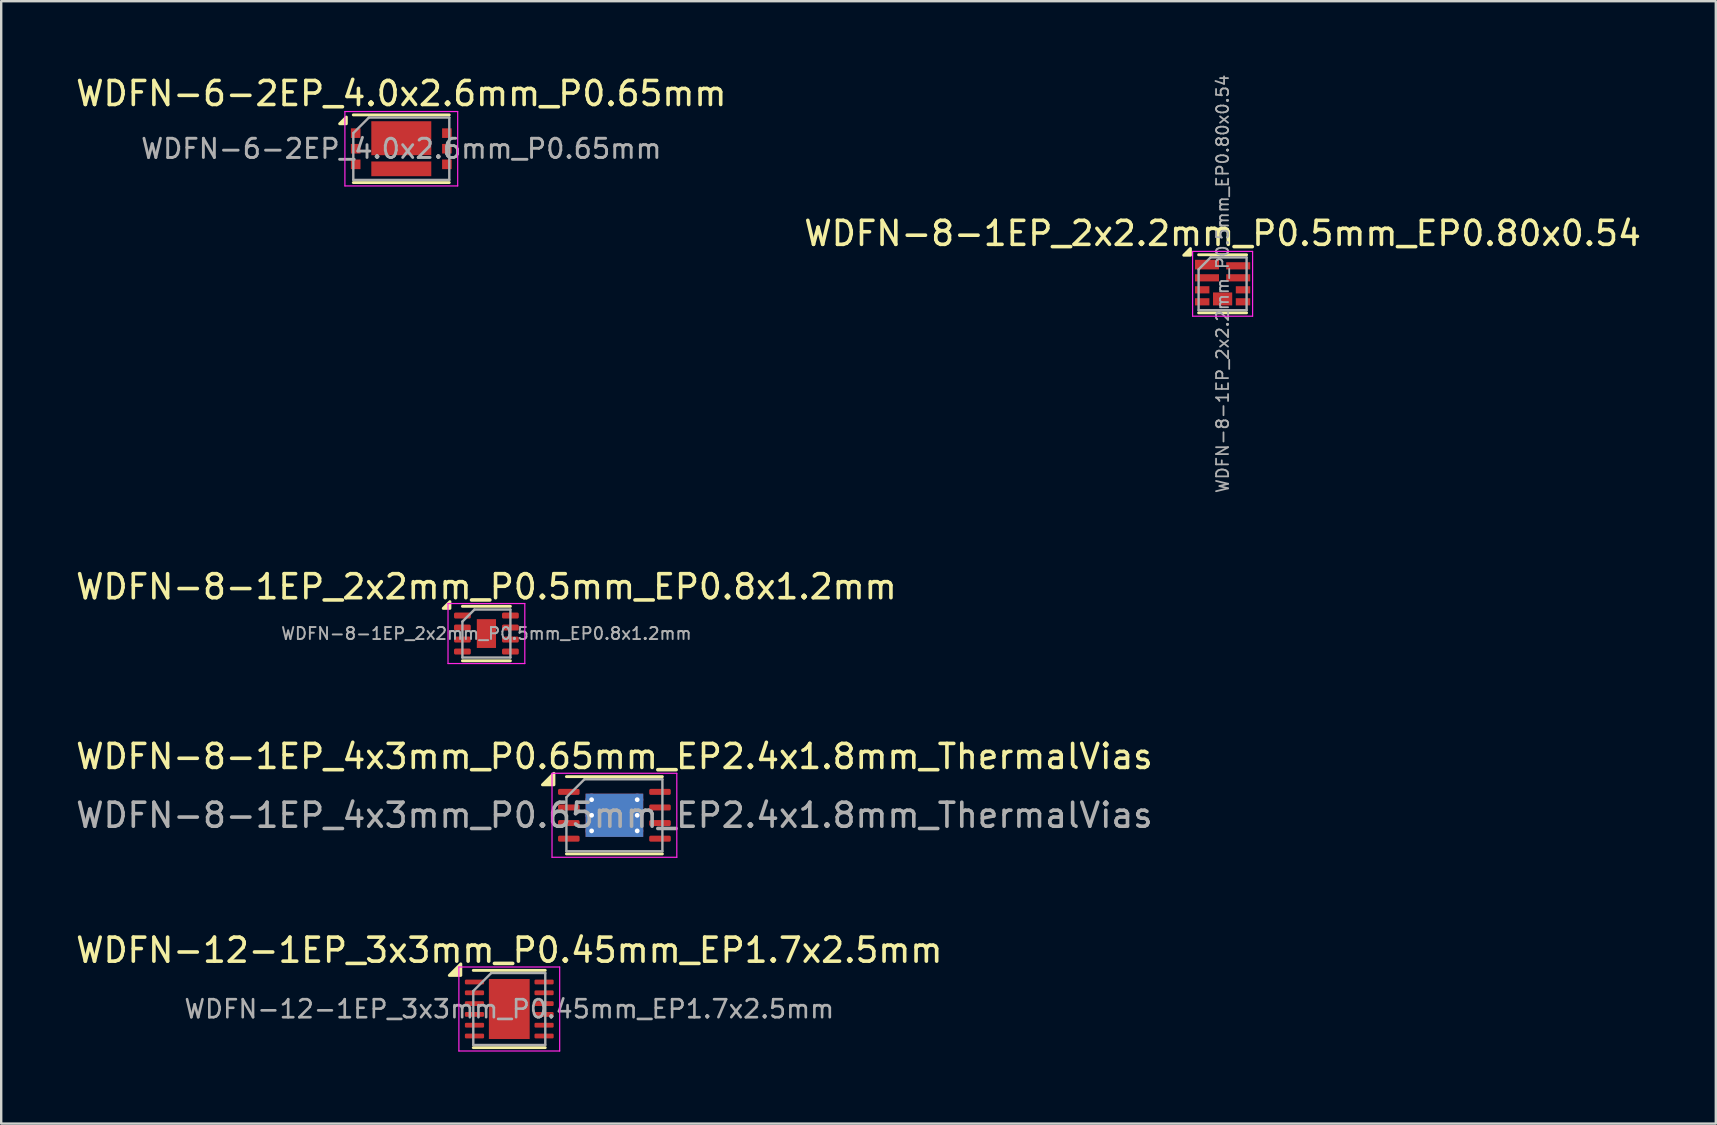
<source format=kicad_pcb>
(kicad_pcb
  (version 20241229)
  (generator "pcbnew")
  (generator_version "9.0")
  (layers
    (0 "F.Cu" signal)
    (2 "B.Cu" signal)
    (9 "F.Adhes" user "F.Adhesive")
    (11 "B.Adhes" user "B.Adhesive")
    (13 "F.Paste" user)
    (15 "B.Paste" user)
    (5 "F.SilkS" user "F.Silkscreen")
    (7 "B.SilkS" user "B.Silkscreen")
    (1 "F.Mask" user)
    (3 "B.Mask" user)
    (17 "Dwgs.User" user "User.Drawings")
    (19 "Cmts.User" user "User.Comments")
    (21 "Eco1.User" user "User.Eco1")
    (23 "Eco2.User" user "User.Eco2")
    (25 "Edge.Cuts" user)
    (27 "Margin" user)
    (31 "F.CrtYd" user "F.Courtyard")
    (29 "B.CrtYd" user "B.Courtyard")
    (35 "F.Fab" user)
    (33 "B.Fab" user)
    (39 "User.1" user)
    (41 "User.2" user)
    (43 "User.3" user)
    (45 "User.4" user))
  (footprint "WDFN-6-2EP_4.0x2.6mm_P0.65mm"
    (layer "F.Cu")
    (at 13.673 3.148)
    (property "Reference" "WDFN-6-2EP_4.0x2.6mm_P0.65mm" (at 0 -2.3 0) (layer "F.SilkS") (effects (font (size 1 1) (thickness 0.15))))
    (attr smd)
    (fp_line (start -2 1.41) (end 2 1.41) (stroke (width 0.12) (type solid)) (layer "F.SilkS"))
    (fp_line (start 2 -1.41) (end -2 -1.41) (stroke (width 0.12) (type solid)) (layer "F.SilkS"))
    (fp_poly (pts (xy -2.29 -1.04) (xy -2.57 -1.04) (xy -2.29 -1.32) (xy -2.29 -1.04)) (stroke (width 0.12) (type solid)) (fill yes) (layer "F.SilkS"))
    (fp_line (start -2.35 -1.55) (end -2.35 1.55) (stroke (width 0.05) (type solid)) (layer "F.CrtYd"))
    (fp_line (start -2.35 1.55) (end 2.35 1.55) (stroke (width 0.05) (type solid)) (layer "F.CrtYd"))
    (fp_line (start 2.35 -1.55) (end -2.35 -1.55) (stroke (width 0.05) (type solid)) (layer "F.CrtYd"))
    (fp_line (start 2.35 1.55) (end 2.35 -1.55) (stroke (width 0.05) (type solid)) (layer "F.CrtYd"))
    (fp_line (start -2 -0.65) (end -2 1.3) (stroke (width 0.1) (type solid)) (layer "F.Fab"))
    (fp_line (start -2 -0.65) (end -1.35 -1.3) (stroke (width 0.1) (type solid)) (layer "F.Fab"))
    (fp_line (start -2 1.3) (end 2 1.3) (stroke (width 0.1) (type solid)) (layer "F.Fab"))
    (fp_line (start 2 -1.3) (end -1.35 -1.3) (stroke (width 0.1) (type solid)) (layer "F.Fab"))
    (fp_line (start 2 1.3) (end 2 -1.3) (stroke (width 0.1) (type solid)) (layer "F.Fab"))
    (fp_text user "${REFERENCE}" (at 0 0 0) (layer "F.Fab") (effects (font (size 0.8 0.8) (thickness 0.12))))
    (pad "1" smd rect (at -1.9 -0.65 270) (size 0.4 0.4) (layers "F.Cu" "F.Mask" "F.Paste"))
    (pad "2" smd rect (at -1.9 0 270) (size 0.4 0.4) (layers "F.Cu" "F.Mask" "F.Paste"))
    (pad "3" smd rect (at -1.9 0.65 270) (size 0.4 0.4) (layers "F.Cu" "F.Mask" "F.Paste"))
    (pad "4" smd rect (at 1.9 0.65 270) (size 0.4 0.4) (layers "F.Cu" "F.Mask" "F.Paste"))
    (pad "5" smd rect (at 1.9 0 270) (size 0.4 0.4) (layers "F.Cu" "F.Mask" "F.Paste"))
    (pad "6" smd rect (at 1.9 -0.65 270) (size 0.4 0.4) (layers "F.Cu" "F.Mask" "F.Paste"))
    (pad "7" smd rect (at 0 -0.438 270) (size 1.415 2.5) (layers "F.Cu" "F.Mask" "F.Paste"))
    (pad "8" smd rect (at 0 0.838 270) (size 0.615 2.5) (layers "F.Cu" "F.Mask" "F.Paste")))
  (footprint "WDFN-8-1EP_2x2mm_P0.5mm_EP0.8x1.2mm"
    (layer "F.Cu")
    (at 17.22 23.352)
    (property "Reference" "WDFN-8-1EP_2x2mm_P0.5mm_EP0.8x1.2mm" (at 0 -1.95 0) (layer "F.SilkS") (effects (font (size 1 1) (thickness 0.15))))
    (attr smd)
    (fp_line (start -1 -1.135) (end 1 -1.135) (stroke (width 0.12) (type solid)) (layer "F.SilkS"))
    (fp_line (start -1 1.135) (end 1 1.135) (stroke (width 0.12) (type solid)) (layer "F.SilkS"))
    (fp_poly (pts (xy -1.52 -1.05) (xy -1.8 -1.05) (xy -1.52 -1.33) (xy -1.52 -1.05)) (stroke (width 0.12) (type solid)) (fill yes) (layer "F.SilkS"))
    (fp_line (start -1.6 -1.25) (end -1.6 1.25) (stroke (width 0.05) (type solid)) (layer "F.CrtYd"))
    (fp_line (start -1.6 1.25) (end 1.6 1.25) (stroke (width 0.05) (type solid)) (layer "F.CrtYd"))
    (fp_line (start 1.6 -1.25) (end -1.6 -1.25) (stroke (width 0.05) (type solid)) (layer "F.CrtYd"))
    (fp_line (start 1.6 1.25) (end 1.6 -1.25) (stroke (width 0.05) (type solid)) (layer "F.CrtYd"))
    (fp_line (start -1 -0.5) (end -0.5 -1) (stroke (width 0.1) (type solid)) (layer "F.Fab"))
    (fp_line (start -1 1) (end -1 -0.5) (stroke (width 0.1) (type solid)) (layer "F.Fab"))
    (fp_line (start -0.5 -1) (end 1 -1) (stroke (width 0.1) (type solid)) (layer "F.Fab"))
    (fp_line (start 1 -1) (end 1 1) (stroke (width 0.1) (type solid)) (layer "F.Fab"))
    (fp_line (start 1 1) (end -1 1) (stroke (width 0.1) (type solid)) (layer "F.Fab"))
    (fp_text user "${REFERENCE}" (at 0 0 0) (layer "F.Fab") (effects (font (size 0.5 0.5) (thickness 0.08))))
    (pad "" smd roundrect (at -0.2 -0.3) (size 0.32 0.48) (layers "F.Paste") (roundrect_rratio 0.25))
    (pad "" smd roundrect (at -0.2 0.3) (size 0.32 0.48) (layers "F.Paste") (roundrect_rratio 0.25))
    (pad "" smd roundrect (at 0.2 -0.3) (size 0.32 0.48) (layers "F.Paste") (roundrect_rratio 0.25))
    (pad "" smd roundrect (at 0.2 0.3) (size 0.32 0.48) (layers "F.Paste") (roundrect_rratio 0.25))
    (pad "1" smd roundrect (at -1 -0.75) (size 0.7 0.25) (layers "F.Cu" "F.Mask" "F.Paste") (roundrect_rratio 0.25))
    (pad "2" smd roundrect (at -1 -0.25) (size 0.7 0.25) (layers "F.Cu" "F.Mask" "F.Paste") (roundrect_rratio 0.25))
    (pad "3" smd roundrect (at -1 0.25) (size 0.7 0.25) (layers "F.Cu" "F.Mask" "F.Paste") (roundrect_rratio 0.25))
    (pad "4" smd roundrect (at -1 0.75) (size 0.7 0.25) (layers "F.Cu" "F.Mask" "F.Paste") (roundrect_rratio 0.25))
    (pad "5" smd roundrect (at 1 0.75) (size 0.7 0.25) (layers "F.Cu" "F.Mask" "F.Paste") (roundrect_rratio 0.25))
    (pad "6" smd roundrect (at 1 0.25) (size 0.7 0.25) (layers "F.Cu" "F.Mask" "F.Paste") (roundrect_rratio 0.25))
    (pad "7" smd roundrect (at 1 -0.25) (size 0.7 0.25) (layers "F.Cu" "F.Mask" "F.Paste") (roundrect_rratio 0.25))
    (pad "8" smd roundrect (at 1 -0.75) (size 0.7 0.25) (layers "F.Cu" "F.Mask" "F.Paste") (roundrect_rratio 0.25))
    (pad "9" smd rect (at 0 0) (size 0.8 1.2) (property pad_prop_heatsink) (layers "F.Cu" "F.Mask")))
  (footprint "WDFN-8-1EP_4x3mm_P0.65mm_EP2.4x1.8mm_ThermalVias"
    (layer "F.Cu")
    (at 22.554 30.925)
    (property "Reference" "WDFN-8-1EP_4x3mm_P0.65mm_EP2.4x1.8mm_ThermalVias" (at 0 -2.45 0) (layer "F.SilkS") (effects (font (size 1 1) (thickness 0.15))))
    (attr smd)
    (fp_line (start -2 -1.61) (end 2 -1.61) (stroke (width 0.12) (type solid)) (layer "F.SilkS"))
    (fp_line (start -2 1.61) (end 2 1.61) (stroke (width 0.12) (type solid)) (layer "F.SilkS"))
    (fp_poly (pts (xy -2.52 -1.27) (xy -3 -1.27) (xy -2.52 -1.75) (xy -2.52 -1.27)) (stroke (width 0.12) (type solid)) (fill yes) (layer "F.SilkS"))
    (fp_line (start -2.6 -1.75) (end -2.6 1.75) (stroke (width 0.05) (type solid)) (layer "F.CrtYd"))
    (fp_line (start -2.6 1.75) (end 2.6 1.75) (stroke (width 0.05) (type solid)) (layer "F.CrtYd"))
    (fp_line (start 2.6 -1.75) (end -2.6 -1.75) (stroke (width 0.05) (type solid)) (layer "F.CrtYd"))
    (fp_line (start 2.6 1.75) (end 2.6 -1.75) (stroke (width 0.05) (type solid)) (layer "F.CrtYd"))
    (fp_line (start -2 -0.75) (end -1.25 -1.5) (stroke (width 0.1) (type solid)) (layer "F.Fab"))
    (fp_line (start -2 1.5) (end -2 -0.75) (stroke (width 0.1) (type solid)) (layer "F.Fab"))
    (fp_line (start -1.25 -1.5) (end 2 -1.5) (stroke (width 0.1) (type solid)) (layer "F.Fab"))
    (fp_line (start 2 -1.5) (end 2 1.5) (stroke (width 0.1) (type solid)) (layer "F.Fab"))
    (fp_line (start 2 1.5) (end -2 1.5) (stroke (width 0.1) (type solid)) (layer "F.Fab"))
    (fp_text user "${REFERENCE}" (at 0 0 0) (layer "F.Fab") (effects (font (size 1 1) (thickness 0.15))))
    (pad "" smd roundrect (at -0.6 -0.45) (size 0.97 0.73) (layers "F.Paste") (roundrect_rratio 0.25))
    (pad "" smd roundrect (at -0.6 0.45) (size 0.97 0.73) (layers "F.Paste") (roundrect_rratio 0.25))
    (pad "" smd roundrect (at 0.6 -0.45) (size 0.97 0.73) (layers "F.Paste") (roundrect_rratio 0.25))
    (pad "" smd roundrect (at 0.6 0.45) (size 0.97 0.73) (layers "F.Paste") (roundrect_rratio 0.25))
    (pad "1" smd roundrect (at -1.9 -0.975) (size 0.9 0.25) (layers "F.Cu" "F.Mask" "F.Paste") (roundrect_rratio 0.25))
    (pad "2" smd roundrect (at -1.9 -0.325) (size 0.9 0.25) (layers "F.Cu" "F.Mask" "F.Paste") (roundrect_rratio 0.25))
    (pad "3" smd roundrect (at -1.9 0.325) (size 0.9 0.25) (layers "F.Cu" "F.Mask" "F.Paste") (roundrect_rratio 0.25))
    (pad "4" smd roundrect (at -1.9 0.975) (size 0.9 0.25) (layers "F.Cu" "F.Mask" "F.Paste") (roundrect_rratio 0.25))
    (pad "5" smd roundrect (at 1.9 0.975) (size 0.9 0.25) (layers "F.Cu" "F.Mask" "F.Paste") (roundrect_rratio 0.25))
    (pad "6" smd roundrect (at 1.9 0.325) (size 0.9 0.25) (layers "F.Cu" "F.Mask" "F.Paste") (roundrect_rratio 0.25))
    (pad "7" smd roundrect (at 1.9 -0.325) (size 0.9 0.25) (layers "F.Cu" "F.Mask" "F.Paste") (roundrect_rratio 0.25))
    (pad "8" smd roundrect (at 1.9 -0.975) (size 0.9 0.25) (layers "F.Cu" "F.Mask" "F.Paste") (roundrect_rratio 0.25))
    (pad "9" thru_hole circle (at -0.95 -0.65) (size 0.5 0.5) (drill 0.2) (property pad_prop_heatsink) (layers "*.Cu"))
    (pad "9" thru_hole circle (at -0.95 0) (size 0.5 0.5) (drill 0.2) (property pad_prop_heatsink) (layers "*.Cu"))
    (pad "9" thru_hole circle (at -0.95 0.65) (size 0.5 0.5) (drill 0.2) (property pad_prop_heatsink) (layers "*.Cu"))
    (pad "9" smd rect (at 0 0) (size 2.4 1.8) (property pad_prop_heatsink) (layers "F.Cu" "F.Mask"))
    (pad "9" smd rect (at 0 0) (size 2.4 1.8) (property pad_prop_heatsink) (layers "B.Cu"))
    (pad "9" thru_hole circle (at 0.95 -0.65) (size 0.5 0.5) (drill 0.2) (property pad_prop_heatsink) (layers "*.Cu"))
    (pad "9" thru_hole circle (at 0.95 0) (size 0.5 0.5) (drill 0.2) (property pad_prop_heatsink) (layers "*.Cu"))
    (pad "9" thru_hole circle (at 0.95 0.65) (size 0.5 0.5) (drill 0.2) (property pad_prop_heatsink) (layers "*.Cu")))
  (footprint "WDFN-8-1EP_2x2.2mm_P0.5mm_EP0.80x0.54"
    (layer "F.Cu")
    (at 47.899 8.777)
    (property "Reference" "WDFN-8-1EP_2x2.2mm_P0.5mm_EP0.80x0.54" (at 0 -2.1 0) (layer "F.SilkS") (effects (font (size 1 1) (thickness 0.15))))
    (attr smd)
    (fp_line (start -1 -1.21) (end 1 -1.21) (stroke (width 0.12) (type solid)) (layer "F.SilkS"))
    (fp_line (start -1 1.21) (end 1 1.21) (stroke (width 0.12) (type solid)) (layer "F.SilkS"))
    (fp_poly (pts (xy -1.34 -1.19) (xy -1.62 -1.19) (xy -1.34 -1.47) (xy -1.34 -1.19)) (stroke (width 0.12) (type solid)) (fill yes) (layer "F.SilkS"))
    (fp_line (start -1.25 -1.35) (end -1.25 1.35) (stroke (width 0.05) (type solid)) (layer "F.CrtYd"))
    (fp_line (start -1.25 -1.35) (end 1.25 -1.35) (stroke (width 0.05) (type solid)) (layer "F.CrtYd"))
    (fp_line (start -1.25 1.35) (end 1.25 1.35) (stroke (width 0.05) (type solid)) (layer "F.CrtYd"))
    (fp_line (start 1.25 -1.35) (end 1.25 1.35) (stroke (width 0.05) (type solid)) (layer "F.CrtYd"))
    (fp_line (start -1 -0.6) (end -0.5 -1.1) (stroke (width 0.1) (type solid)) (layer "F.Fab"))
    (fp_line (start -1 1.1) (end -1 -0.6) (stroke (width 0.1) (type solid)) (layer "F.Fab"))
    (fp_line (start -0.5 -1.1) (end 1 -1.1) (stroke (width 0.1) (type solid)) (layer "F.Fab"))
    (fp_line (start 1 -1.1) (end 1 1.1) (stroke (width 0.1) (type solid)) (layer "F.Fab"))
    (fp_line (start 1 1.1) (end -1 1.1) (stroke (width 0.1) (type solid)) (layer "F.Fab"))
    (fp_text user "${REFERENCE}" (at 0 0 90) (layer "F.Fab") (effects (font (size 0.5 0.5) (thickness 0.075))))
    (pad "1" smd rect (at -0.65 -0.8) (size 1 0.4) (layers "F.Cu" "F.Mask" "F.Paste"))
    (pad "2" smd rect (at -0.65 -0.25) (size 1 0.3) (layers "F.Cu" "F.Mask" "F.Paste"))
    (pad "3" smd rect (at -0.85 0.25) (size 0.6 0.3) (layers "F.Cu" "F.Mask" "F.Paste"))
    (pad "4" smd rect (at -0.85 0.75) (size 0.6 0.3) (layers "F.Cu" "F.Mask" "F.Paste"))
    (pad "5" smd rect (at 0.85 0.75) (size 0.6 0.3) (layers "F.Cu" "F.Mask" "F.Paste"))
    (pad "6" smd rect (at 0.85 0.25) (size 0.6 0.3) (layers "F.Cu" "F.Mask" "F.Paste"))
    (pad "7" smd rect (at 0.65 -0.25) (size 1 0.3) (layers "F.Cu" "F.Mask" "F.Paste"))
    (pad "8" smd rect (at 0.65 -0.75) (size 1 0.3) (layers "F.Cu" "F.Mask" "F.Paste"))
    (pad "9" smd rect (at 0 0.63) (size 0.8 0.54) (layers "F.Cu" "F.Mask" "F.Paste")))
  (footprint "WDFN-12-1EP_3x3mm_P0.45mm_EP1.7x2.5mm"
    (layer "F.Cu")
    (at 18.173 38.998)
    (property "Reference" "WDFN-12-1EP_3x3mm_P0.45mm_EP1.7x2.5mm" (at 0 -2.45 0) (layer "F.SilkS") (effects (font (size 1 1) (thickness 0.15))))
    (attr smd)
    (fp_line (start -1.5 -1.61) (end 1.5 -1.61) (stroke (width 0.12) (type solid)) (layer "F.SilkS"))
    (fp_line (start -1.5 1.61) (end 1.5 1.61) (stroke (width 0.12) (type solid)) (layer "F.SilkS"))
    (fp_poly (pts (xy -2.02 -1.4) (xy -2.5 -1.4) (xy -2.02 -1.88) (xy -2.02 -1.4)) (stroke (width 0.12) (type solid)) (fill yes) (layer "F.SilkS"))
    (fp_line (start -2.1 -1.75) (end -2.1 1.75) (stroke (width 0.05) (type solid)) (layer "F.CrtYd"))
    (fp_line (start -2.1 1.75) (end 2.1 1.75) (stroke (width 0.05) (type solid)) (layer "F.CrtYd"))
    (fp_line (start 2.1 -1.75) (end -2.1 -1.75) (stroke (width 0.05) (type solid)) (layer "F.CrtYd"))
    (fp_line (start 2.1 1.75) (end 2.1 -1.75) (stroke (width 0.05) (type solid)) (layer "F.CrtYd"))
    (fp_line (start -1.5 -0.75) (end -0.75 -1.5) (stroke (width 0.1) (type solid)) (layer "F.Fab"))
    (fp_line (start -1.5 1.5) (end -1.5 -0.75) (stroke (width 0.1) (type solid)) (layer "F.Fab"))
    (fp_line (start -0.75 -1.5) (end 1.5 -1.5) (stroke (width 0.1) (type solid)) (layer "F.Fab"))
    (fp_line (start 1.5 -1.5) (end 1.5 1.5) (stroke (width 0.1) (type solid)) (layer "F.Fab"))
    (fp_line (start 1.5 1.5) (end -1.5 1.5) (stroke (width 0.1) (type solid)) (layer "F.Fab"))
    (fp_text user "${REFERENCE}" (at 0 0 0) (layer "F.Fab") (effects (font (size 0.75 0.75) (thickness 0.11))))
    (pad "" smd roundrect (at -0.425 -0.625) (size 0.69 1.01) (layers "F.Paste") (roundrect_rratio 0.25))
    (pad "" smd roundrect (at -0.425 0.625) (size 0.69 1.01) (layers "F.Paste") (roundrect_rratio 0.25))
    (pad "" smd roundrect (at 0.425 -0.625) (size 0.69 1.01) (layers "F.Paste") (roundrect_rratio 0.25))
    (pad "" smd roundrect (at 0.425 0.625) (size 0.69 1.01) (layers "F.Paste") (roundrect_rratio 0.25))
    (pad "1" smd roundrect (at -1.45 -1.125) (size 0.8 0.2) (layers "F.Cu" "F.Mask" "F.Paste") (roundrect_rratio 0.25))
    (pad "2" smd roundrect (at -1.45 -0.675) (size 0.8 0.2) (layers "F.Cu" "F.Mask" "F.Paste") (roundrect_rratio 0.25))
    (pad "3" smd roundrect (at -1.45 -0.225) (size 0.8 0.2) (layers "F.Cu" "F.Mask" "F.Paste") (roundrect_rratio 0.25))
    (pad "4" smd roundrect (at -1.45 0.225) (size 0.8 0.2) (layers "F.Cu" "F.Mask" "F.Paste") (roundrect_rratio 0.25))
    (pad "5" smd roundrect (at -1.45 0.675) (size 0.8 0.2) (layers "F.Cu" "F.Mask" "F.Paste") (roundrect_rratio 0.25))
    (pad "6" smd roundrect (at -1.45 1.125) (size 0.8 0.2) (layers "F.Cu" "F.Mask" "F.Paste") (roundrect_rratio 0.25))
    (pad "7" smd roundrect (at 1.45 1.125) (size 0.8 0.2) (layers "F.Cu" "F.Mask" "F.Paste") (roundrect_rratio 0.25))
    (pad "8" smd roundrect (at 1.45 0.675) (size 0.8 0.2) (layers "F.Cu" "F.Mask" "F.Paste") (roundrect_rratio 0.25))
    (pad "9" smd roundrect (at 1.45 0.225) (size 0.8 0.2) (layers "F.Cu" "F.Mask" "F.Paste") (roundrect_rratio 0.25))
    (pad "10" smd roundrect (at 1.45 -0.225) (size 0.8 0.2) (layers "F.Cu" "F.Mask" "F.Paste") (roundrect_rratio 0.25))
    (pad "11" smd roundrect (at 1.45 -0.675) (size 0.8 0.2) (layers "F.Cu" "F.Mask" "F.Paste") (roundrect_rratio 0.25))
    (pad "12" smd roundrect (at 1.45 -1.125) (size 0.8 0.2) (layers "F.Cu" "F.Mask" "F.Paste") (roundrect_rratio 0.25))
    (pad "13" smd rect (at 0 0) (size 1.7 2.5) (property pad_prop_heatsink) (layers "F.Cu" "F.Mask")))
  (gr_rect
    (start -3 -3)
    (end 68.452 43.773)
    (stroke (width 0.1) (type default))
    (fill no)
    (layer "Edge.Cuts")))
</source>
